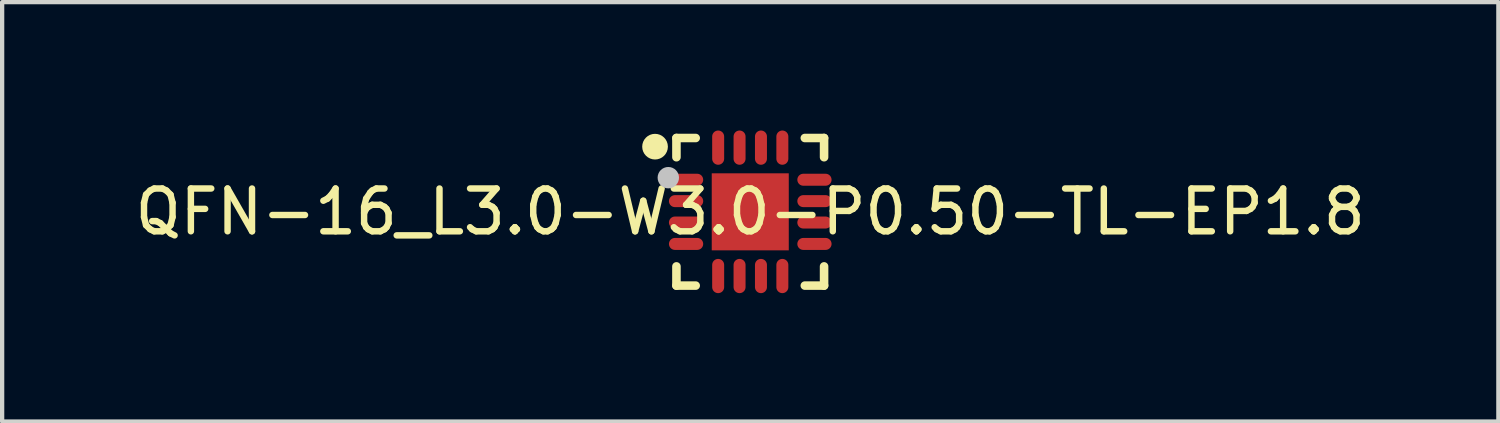
<source format=kicad_pcb>
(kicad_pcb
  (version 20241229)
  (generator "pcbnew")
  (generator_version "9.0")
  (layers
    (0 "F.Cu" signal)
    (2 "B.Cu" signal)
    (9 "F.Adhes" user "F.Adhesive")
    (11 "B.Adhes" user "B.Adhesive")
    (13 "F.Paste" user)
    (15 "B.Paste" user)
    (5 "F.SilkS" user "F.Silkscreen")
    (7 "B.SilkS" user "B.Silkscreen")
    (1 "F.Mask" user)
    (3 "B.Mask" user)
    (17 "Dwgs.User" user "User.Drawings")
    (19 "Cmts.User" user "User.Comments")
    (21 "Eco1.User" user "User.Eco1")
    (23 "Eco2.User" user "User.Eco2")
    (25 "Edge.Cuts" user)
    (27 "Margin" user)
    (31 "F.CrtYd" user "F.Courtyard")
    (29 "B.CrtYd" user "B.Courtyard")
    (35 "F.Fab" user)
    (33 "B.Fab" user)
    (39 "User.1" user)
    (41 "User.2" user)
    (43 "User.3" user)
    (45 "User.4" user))
  (footprint "QFN-16_L3.0-W3.0-P0.50-TL-EP1.8"
    (layer "F.Cu")
    (at 14.482 1.9)
    (property "Reference" "QFN-16_L3.0-W3.0-P0.50-TL-EP1.8" (at 0 0 0) (layer "F.SilkS") (effects (font (size 1 1) (thickness 0.15))))
    (fp_line (start -1.725 -1.725) (end -1.275 -1.725) (stroke (width 0.2) (type default)) (layer "F.SilkS"))
    (fp_line (start -1.725 -1.276) (end -1.725 -1.725) (stroke (width 0.2) (type default)) (layer "F.SilkS"))
    (fp_line (start -1.725 1.724) (end -1.725 1.275) (stroke (width 0.2) (type default)) (layer "F.SilkS"))
    (fp_line (start -1.275 1.724) (end -1.725 1.724) (stroke (width 0.2) (type default)) (layer "F.SilkS"))
    (fp_line (start 1.275 -1.725) (end 1.725 -1.725) (stroke (width 0.2) (type default)) (layer "F.SilkS"))
    (fp_line (start 1.275 1.724) (end 1.725 1.724) (stroke (width 0.2) (type default)) (layer "F.SilkS"))
    (fp_line (start 1.725 -1.725) (end 1.725 -1.276) (stroke (width 0.2) (type default)) (layer "F.SilkS"))
    (fp_line (start 1.725 1.724) (end 1.725 1.275) (stroke (width 0.2) (type default)) (layer "F.SilkS"))
    (fp_arc (start -2.075 -1.5215) (mid -2.375007 -1.52325) (end -2.075 -1.524) (stroke (width 0.3) (type default)) (layer "F.SilkS"))
    (fp_poly (pts (xy -0.6 -0.6) (xy -0.6 0.6) (xy 0.6 0.6) (xy 0.6 -0.6)) (stroke (width 0) (type default)) (fill yes) (layer "F.Paste"))
    (fp_poly (pts (xy -1.768 -0.89) (xy -1.776 -0.889) (xy -1.783 -0.888) (xy -1.79 -0.887) (xy -1.798 -0.885) (xy -1.806 -0.882) (xy -1.812 -0.88) (xy -1.819 -0.877) (xy -1.827 -0.874) (xy -1.833 -0.87) (xy -1.84 -0.866) (xy -1.846 -0.861) (xy -1.852 -0.856) (xy -1.857 -0.851) (xy -1.863 -0.845) (xy -1.868 -0.839) (xy -1.873 -0.833) (xy -1.877 -0.827) (xy -1.881 -0.82) (xy -1.885 -0.814) (xy -1.888 -0.806) (xy -1.891 -0.799) (xy -1.893 -0.792) (xy -1.895 -0.784) (xy -1.897 -0.777) (xy -1.899 -0.769) (xy -1.899 -0.761) (xy -1.9 -0.754) (xy -1.9 -0.747) (xy -1.899 -0.739) (xy -1.899 -0.731) (xy -1.897 -0.724) (xy -1.895 -0.716) (xy -1.893 -0.709) (xy -1.891 -0.701) (xy -1.888 -0.694) (xy -1.885 -0.687) (xy -1.881 -0.68) (xy -1.877 -0.673) (xy -1.873 -0.667) (xy -1.868 -0.661) (xy -1.863 -0.655) (xy -1.857 -0.65) (xy -1.852 -0.644) (xy -1.846 -0.639) (xy -1.84 -0.635) (xy -1.833 -0.631) (xy -1.827 -0.627) (xy -1.819 -0.624) (xy -1.812 -0.621) (xy -1.806 -0.618) (xy -1.798 -0.616) (xy -1.79 -0.614) (xy -1.783 -0.612) (xy -1.776 -0.611) (xy -1.768 -0.611) (xy -1.76 -0.61) (xy -1.24 -0.61) (xy -1.232 -0.611) (xy -1.224 -0.611) (xy -1.217 -0.612) (xy -1.21 -0.614) (xy -1.202 -0.616) (xy -1.194 -0.618) (xy -1.188 -0.621) (xy -1.181 -0.624) (xy -1.173 -0.627) (xy -1.167 -0.631) (xy -1.16 -0.635) (xy -1.154 -0.639) (xy -1.148 -0.644) (xy -1.143 -0.65) (xy -1.137 -0.655) (xy -1.132 -0.661) (xy -1.127 -0.667) (xy -1.123 -0.673) (xy -1.119 -0.68) (xy -1.115 -0.687) (xy -1.112 -0.694) (xy -1.109 -0.701) (xy -1.107 -0.709) (xy -1.105 -0.716) (xy -1.103 -0.724) (xy -1.101 -0.731) (xy -1.101 -0.739) (xy -1.1 -0.747) (xy -1.1 -0.754) (xy -1.101 -0.761) (xy -1.101 -0.769) (xy -1.103 -0.777) (xy -1.105 -0.784) (xy -1.107 -0.792) (xy -1.109 -0.799) (xy -1.112 -0.806) (xy -1.115 -0.814) (xy -1.119 -0.82) (xy -1.123 -0.827) (xy -1.127 -0.833) (xy -1.132 -0.839) (xy -1.137 -0.845) (xy -1.143 -0.851) (xy -1.148 -0.856) (xy -1.154 -0.861) (xy -1.16 -0.866) (xy -1.167 -0.87) (xy -1.173 -0.874) (xy -1.181 -0.877) (xy -1.188 -0.88) (xy -1.194 -0.882) (xy -1.202 -0.885) (xy -1.21 -0.887) (xy -1.217 -0.888) (xy -1.224 -0.889) (xy -1.232 -0.89) (xy -1.24 -0.89) (xy -1.76 -0.89)) (stroke (width 0) (type default)) (fill yes) (layer "F.Paste"))
    (fp_poly (pts (xy -1.768 -0.39) (xy -1.776 -0.389) (xy -1.783 -0.388) (xy -1.79 -0.387) (xy -1.798 -0.385) (xy -1.806 -0.383) (xy -1.812 -0.38) (xy -1.819 -0.377) (xy -1.827 -0.373) (xy -1.833 -0.369) (xy -1.84 -0.365) (xy -1.846 -0.36) (xy -1.852 -0.355) (xy -1.857 -0.35) (xy -1.863 -0.345) (xy -1.868 -0.339) (xy -1.873 -0.333) (xy -1.877 -0.327) (xy -1.881 -0.32) (xy -1.885 -0.314) (xy -1.888 -0.306) (xy -1.891 -0.299) (xy -1.893 -0.292) (xy -1.895 -0.284) (xy -1.897 -0.277) (xy -1.899 -0.27) (xy -1.899 -0.262) (xy -1.9 -0.254) (xy -1.9 -0.246) (xy -1.899 -0.238) (xy -1.899 -0.231) (xy -1.897 -0.223) (xy -1.895 -0.215) (xy -1.893 -0.208) (xy -1.891 -0.201) (xy -1.888 -0.194) (xy -1.885 -0.187) (xy -1.881 -0.18) (xy -1.877 -0.173) (xy -1.873 -0.167) (xy -1.868 -0.161) (xy -1.863 -0.155) (xy -1.857 -0.149) (xy -1.852 -0.144) (xy -1.846 -0.14) (xy -1.84 -0.135) (xy -1.833 -0.131) (xy -1.827 -0.127) (xy -1.819 -0.123) (xy -1.812 -0.12) (xy -1.806 -0.117) (xy -1.798 -0.116) (xy -1.79 -0.114) (xy -1.783 -0.112) (xy -1.776 -0.111) (xy -1.768 -0.111) (xy -1.76 -0.11) (xy -1.24 -0.11) (xy -1.232 -0.111) (xy -1.224 -0.111) (xy -1.217 -0.112) (xy -1.21 -0.114) (xy -1.202 -0.116) (xy -1.194 -0.117) (xy -1.188 -0.12) (xy -1.181 -0.123) (xy -1.173 -0.127) (xy -1.167 -0.131) (xy -1.16 -0.135) (xy -1.154 -0.14) (xy -1.148 -0.144) (xy -1.143 -0.149) (xy -1.137 -0.155) (xy -1.132 -0.161) (xy -1.127 -0.167) (xy -1.123 -0.173) (xy -1.119 -0.18) (xy -1.115 -0.187) (xy -1.112 -0.194) (xy -1.109 -0.201) (xy -1.107 -0.208) (xy -1.105 -0.215) (xy -1.103 -0.223) (xy -1.101 -0.231) (xy -1.101 -0.238) (xy -1.1 -0.246) (xy -1.1 -0.254) (xy -1.101 -0.262) (xy -1.101 -0.27) (xy -1.103 -0.277) (xy -1.105 -0.284) (xy -1.107 -0.292) (xy -1.109 -0.299) (xy -1.112 -0.306) (xy -1.115 -0.314) (xy -1.119 -0.32) (xy -1.123 -0.327) (xy -1.127 -0.333) (xy -1.132 -0.339) (xy -1.137 -0.345) (xy -1.143 -0.35) (xy -1.148 -0.355) (xy -1.154 -0.36) (xy -1.16 -0.365) (xy -1.167 -0.369) (xy -1.173 -0.373) (xy -1.181 -0.377) (xy -1.188 -0.38) (xy -1.194 -0.383) (xy -1.202 -0.385) (xy -1.21 -0.387) (xy -1.217 -0.388) (xy -1.224 -0.389) (xy -1.232 -0.39) (xy -1.24 -0.39) (xy -1.76 -0.39)) (stroke (width 0) (type default)) (fill yes) (layer "F.Paste"))
    (fp_poly (pts (xy -1.768 0.11) (xy -1.776 0.111) (xy -1.783 0.112) (xy -1.79 0.113) (xy -1.798 0.115) (xy -1.806 0.117) (xy -1.812 0.12) (xy -1.819 0.123) (xy -1.827 0.127) (xy -1.833 0.131) (xy -1.84 0.135) (xy -1.846 0.14) (xy -1.852 0.144) (xy -1.857 0.149) (xy -1.863 0.155) (xy -1.868 0.161) (xy -1.873 0.167) (xy -1.877 0.173) (xy -1.881 0.18) (xy -1.885 0.186) (xy -1.888 0.194) (xy -1.891 0.201) (xy -1.893 0.208) (xy -1.895 0.215) (xy -1.897 0.223) (xy -1.899 0.231) (xy -1.899 0.238) (xy -1.9 0.246) (xy -1.9 0.254) (xy -1.899 0.262) (xy -1.899 0.269) (xy -1.897 0.277) (xy -1.895 0.284) (xy -1.893 0.291) (xy -1.891 0.299) (xy -1.888 0.306) (xy -1.885 0.313) (xy -1.881 0.32) (xy -1.877 0.327) (xy -1.873 0.333) (xy -1.868 0.339) (xy -1.863 0.344) (xy -1.857 0.35) (xy -1.852 0.355) (xy -1.846 0.36) (xy -1.84 0.365) (xy -1.833 0.369) (xy -1.827 0.373) (xy -1.819 0.377) (xy -1.812 0.38) (xy -1.806 0.382) (xy -1.798 0.385) (xy -1.79 0.387) (xy -1.783 0.388) (xy -1.776 0.389) (xy -1.768 0.39) (xy -1.76 0.39) (xy -1.24 0.39) (xy -1.232 0.39) (xy -1.224 0.389) (xy -1.217 0.388) (xy -1.21 0.387) (xy -1.202 0.385) (xy -1.194 0.382) (xy -1.188 0.38) (xy -1.181 0.377) (xy -1.173 0.373) (xy -1.167 0.369) (xy -1.16 0.365) (xy -1.154 0.36) (xy -1.148 0.355) (xy -1.143 0.35) (xy -1.137 0.344) (xy -1.132 0.339) (xy -1.127 0.333) (xy -1.123 0.327) (xy -1.119 0.32) (xy -1.115 0.313) (xy -1.112 0.306) (xy -1.109 0.299) (xy -1.107 0.291) (xy -1.105 0.284) (xy -1.103 0.277) (xy -1.101 0.269) (xy -1.101 0.262) (xy -1.1 0.254) (xy -1.1 0.246) (xy -1.101 0.238) (xy -1.101 0.231) (xy -1.103 0.223) (xy -1.105 0.215) (xy -1.107 0.208) (xy -1.109 0.201) (xy -1.112 0.194) (xy -1.115 0.186) (xy -1.119 0.18) (xy -1.123 0.173) (xy -1.127 0.167) (xy -1.132 0.161) (xy -1.137 0.155) (xy -1.143 0.149) (xy -1.148 0.144) (xy -1.154 0.14) (xy -1.16 0.135) (xy -1.167 0.131) (xy -1.173 0.127) (xy -1.181 0.123) (xy -1.188 0.12) (xy -1.194 0.117) (xy -1.202 0.115) (xy -1.21 0.113) (xy -1.217 0.112) (xy -1.224 0.111) (xy -1.232 0.11) (xy -1.24 0.11) (xy -1.76 0.11)) (stroke (width 0) (type default)) (fill yes) (layer "F.Paste"))
    (fp_poly (pts (xy -1.768 0.61) (xy -1.776 0.611) (xy -1.783 0.612) (xy -1.79 0.614) (xy -1.798 0.615) (xy -1.806 0.618) (xy -1.812 0.62) (xy -1.819 0.624) (xy -1.827 0.627) (xy -1.833 0.63) (xy -1.84 0.635) (xy -1.846 0.639) (xy -1.852 0.644) (xy -1.857 0.649) (xy -1.863 0.655) (xy -1.868 0.661) (xy -1.873 0.667) (xy -1.877 0.673) (xy -1.881 0.68) (xy -1.885 0.686) (xy -1.888 0.694) (xy -1.891 0.701) (xy -1.893 0.708) (xy -1.895 0.716) (xy -1.897 0.723) (xy -1.899 0.731) (xy -1.899 0.739) (xy -1.9 0.746) (xy -1.9 0.754) (xy -1.899 0.761) (xy -1.899 0.769) (xy -1.897 0.777) (xy -1.895 0.784) (xy -1.893 0.791) (xy -1.891 0.799) (xy -1.888 0.806) (xy -1.885 0.813) (xy -1.881 0.82) (xy -1.877 0.827) (xy -1.873 0.833) (xy -1.868 0.839) (xy -1.863 0.845) (xy -1.857 0.851) (xy -1.852 0.856) (xy -1.846 0.861) (xy -1.84 0.865) (xy -1.833 0.869) (xy -1.827 0.873) (xy -1.819 0.876) (xy -1.812 0.879) (xy -1.806 0.882) (xy -1.798 0.884) (xy -1.79 0.886) (xy -1.783 0.888) (xy -1.776 0.889) (xy -1.768 0.889) (xy -1.76 0.89) (xy -1.24 0.89) (xy -1.232 0.889) (xy -1.224 0.889) (xy -1.217 0.888) (xy -1.21 0.886) (xy -1.202 0.884) (xy -1.194 0.882) (xy -1.188 0.879) (xy -1.181 0.876) (xy -1.173 0.873) (xy -1.167 0.869) (xy -1.16 0.865) (xy -1.154 0.861) (xy -1.148 0.856) (xy -1.143 0.851) (xy -1.137 0.845) (xy -1.132 0.839) (xy -1.127 0.833) (xy -1.123 0.827) (xy -1.119 0.82) (xy -1.115 0.813) (xy -1.112 0.806) (xy -1.109 0.799) (xy -1.107 0.791) (xy -1.105 0.784) (xy -1.103 0.777) (xy -1.101 0.769) (xy -1.101 0.761) (xy -1.1 0.754) (xy -1.1 0.746) (xy -1.101 0.739) (xy -1.101 0.731) (xy -1.103 0.723) (xy -1.105 0.716) (xy -1.107 0.708) (xy -1.109 0.701) (xy -1.112 0.694) (xy -1.115 0.686) (xy -1.119 0.68) (xy -1.123 0.673) (xy -1.127 0.667) (xy -1.132 0.661) (xy -1.137 0.655) (xy -1.143 0.649) (xy -1.148 0.644) (xy -1.154 0.639) (xy -1.16 0.635) (xy -1.167 0.63) (xy -1.173 0.627) (xy -1.181 0.624) (xy -1.188 0.62) (xy -1.194 0.618) (xy -1.202 0.615) (xy -1.21 0.614) (xy -1.217 0.612) (xy -1.224 0.611) (xy -1.232 0.61) (xy -1.24 0.61) (xy -1.76 0.61)) (stroke (width 0) (type default)) (fill yes) (layer "F.Paste"))
    (fp_poly (pts (xy -0.754 1.1) (xy -0.761 1.101) (xy -0.769 1.101) (xy -0.777 1.103) (xy -0.784 1.105) (xy -0.791 1.107) (xy -0.799 1.109) (xy -0.806 1.112) (xy -0.813 1.115) (xy -0.82 1.119) (xy -0.827 1.123) (xy -0.833 1.127) (xy -0.839 1.132) (xy -0.845 1.137) (xy -0.851 1.143) (xy -0.856 1.148) (xy -0.861 1.154) (xy -0.865 1.16) (xy -0.869 1.167) (xy -0.873 1.173) (xy -0.876 1.181) (xy -0.879 1.188) (xy -0.882 1.194) (xy -0.884 1.202) (xy -0.886 1.21) (xy -0.888 1.217) (xy -0.889 1.224) (xy -0.889 1.232) (xy -0.89 1.24) (xy -0.89 1.76) (xy -0.889 1.768) (xy -0.889 1.776) (xy -0.888 1.783) (xy -0.886 1.79) (xy -0.884 1.798) (xy -0.882 1.806) (xy -0.879 1.812) (xy -0.876 1.819) (xy -0.873 1.827) (xy -0.869 1.833) (xy -0.865 1.84) (xy -0.861 1.846) (xy -0.856 1.852) (xy -0.851 1.857) (xy -0.845 1.863) (xy -0.839 1.868) (xy -0.833 1.873) (xy -0.827 1.877) (xy -0.82 1.881) (xy -0.813 1.885) (xy -0.806 1.888) (xy -0.799 1.891) (xy -0.791 1.893) (xy -0.784 1.895) (xy -0.777 1.897) (xy -0.769 1.899) (xy -0.761 1.899) (xy -0.754 1.9) (xy -0.746 1.9) (xy -0.739 1.899) (xy -0.731 1.899) (xy -0.723 1.897) (xy -0.716 1.895) (xy -0.708 1.893) (xy -0.701 1.891) (xy -0.694 1.888) (xy -0.686 1.885) (xy -0.68 1.881) (xy -0.673 1.877) (xy -0.667 1.873) (xy -0.661 1.868) (xy -0.655 1.863) (xy -0.649 1.857) (xy -0.644 1.852) (xy -0.639 1.846) (xy -0.635 1.84) (xy -0.63 1.833) (xy -0.627 1.827) (xy -0.624 1.819) (xy -0.62 1.812) (xy -0.618 1.806) (xy -0.615 1.798) (xy -0.614 1.79) (xy -0.612 1.783) (xy -0.611 1.776) (xy -0.61 1.768) (xy -0.61 1.76) (xy -0.61 1.24) (xy -0.61 1.232) (xy -0.611 1.224) (xy -0.612 1.217) (xy -0.614 1.21) (xy -0.615 1.202) (xy -0.618 1.194) (xy -0.62 1.188) (xy -0.624 1.181) (xy -0.627 1.173) (xy -0.63 1.167) (xy -0.635 1.16) (xy -0.639 1.154) (xy -0.644 1.148) (xy -0.649 1.143) (xy -0.655 1.137) (xy -0.661 1.132) (xy -0.667 1.127) (xy -0.673 1.123) (xy -0.68 1.119) (xy -0.686 1.115) (xy -0.694 1.112) (xy -0.701 1.109) (xy -0.708 1.107) (xy -0.716 1.105) (xy -0.723 1.103) (xy -0.731 1.101) (xy -0.739 1.101) (xy -0.746 1.1)) (stroke (width 0) (type default)) (fill yes) (layer "F.Paste"))
    (fp_poly (pts (xy -0.739 -1.899) (xy -0.746 -1.9) (xy -0.754 -1.9) (xy -0.761 -1.899) (xy -0.769 -1.899) (xy -0.777 -1.897) (xy -0.784 -1.895) (xy -0.791 -1.893) (xy -0.799 -1.891) (xy -0.806 -1.888) (xy -0.813 -1.885) (xy -0.82 -1.881) (xy -0.827 -1.877) (xy -0.833 -1.873) (xy -0.839 -1.868) (xy -0.845 -1.863) (xy -0.851 -1.857) (xy -0.856 -1.852) (xy -0.861 -1.846) (xy -0.865 -1.84) (xy -0.869 -1.833) (xy -0.873 -1.827) (xy -0.876 -1.819) (xy -0.879 -1.812) (xy -0.882 -1.806) (xy -0.884 -1.798) (xy -0.886 -1.79) (xy -0.888 -1.783) (xy -0.889 -1.776) (xy -0.889 -1.768) (xy -0.89 -1.76) (xy -0.89 -1.24) (xy -0.889 -1.232) (xy -0.889 -1.224) (xy -0.888 -1.217) (xy -0.886 -1.21) (xy -0.884 -1.202) (xy -0.882 -1.194) (xy -0.879 -1.188) (xy -0.876 -1.181) (xy -0.873 -1.173) (xy -0.869 -1.167) (xy -0.865 -1.16) (xy -0.861 -1.154) (xy -0.856 -1.148) (xy -0.851 -1.143) (xy -0.845 -1.137) (xy -0.839 -1.132) (xy -0.833 -1.127) (xy -0.827 -1.123) (xy -0.82 -1.119) (xy -0.813 -1.115) (xy -0.806 -1.112) (xy -0.799 -1.109) (xy -0.791 -1.107) (xy -0.784 -1.105) (xy -0.777 -1.103) (xy -0.769 -1.101) (xy -0.761 -1.101) (xy -0.754 -1.1) (xy -0.746 -1.1) (xy -0.739 -1.101) (xy -0.731 -1.101) (xy -0.723 -1.103) (xy -0.716 -1.105) (xy -0.708 -1.107) (xy -0.701 -1.109) (xy -0.694 -1.112) (xy -0.686 -1.115) (xy -0.68 -1.119) (xy -0.673 -1.123) (xy -0.667 -1.127) (xy -0.661 -1.132) (xy -0.655 -1.137) (xy -0.649 -1.143) (xy -0.644 -1.148) (xy -0.639 -1.154) (xy -0.635 -1.16) (xy -0.63 -1.167) (xy -0.627 -1.173) (xy -0.624 -1.181) (xy -0.62 -1.188) (xy -0.618 -1.194) (xy -0.615 -1.202) (xy -0.614 -1.21) (xy -0.612 -1.217) (xy -0.611 -1.224) (xy -0.61 -1.232) (xy -0.61 -1.24) (xy -0.61 -1.76) (xy -0.61 -1.768) (xy -0.611 -1.776) (xy -0.612 -1.783) (xy -0.614 -1.79) (xy -0.615 -1.798) (xy -0.618 -1.806) (xy -0.62 -1.812) (xy -0.624 -1.819) (xy -0.627 -1.827) (xy -0.63 -1.833) (xy -0.635 -1.84) (xy -0.639 -1.846) (xy -0.644 -1.852) (xy -0.649 -1.857) (xy -0.655 -1.863) (xy -0.661 -1.868) (xy -0.667 -1.873) (xy -0.673 -1.877) (xy -0.68 -1.881) (xy -0.686 -1.885) (xy -0.694 -1.888) (xy -0.701 -1.891) (xy -0.708 -1.893) (xy -0.716 -1.895) (xy -0.723 -1.897) (xy -0.731 -1.899)) (stroke (width 0) (type default)) (fill yes) (layer "F.Paste"))
    (fp_poly (pts (xy -0.254 1.1) (xy -0.262 1.101) (xy -0.269 1.101) (xy -0.277 1.103) (xy -0.284 1.105) (xy -0.291 1.107) (xy -0.299 1.109) (xy -0.306 1.112) (xy -0.313 1.115) (xy -0.32 1.119) (xy -0.327 1.123) (xy -0.333 1.127) (xy -0.339 1.132) (xy -0.344 1.137) (xy -0.35 1.143) (xy -0.355 1.148) (xy -0.36 1.154) (xy -0.365 1.16) (xy -0.369 1.167) (xy -0.373 1.173) (xy -0.377 1.181) (xy -0.38 1.188) (xy -0.382 1.194) (xy -0.385 1.202) (xy -0.387 1.21) (xy -0.388 1.217) (xy -0.389 1.224) (xy -0.39 1.232) (xy -0.39 1.24) (xy -0.39 1.76) (xy -0.39 1.768) (xy -0.389 1.776) (xy -0.388 1.783) (xy -0.387 1.79) (xy -0.385 1.798) (xy -0.382 1.806) (xy -0.38 1.812) (xy -0.377 1.819) (xy -0.373 1.827) (xy -0.369 1.833) (xy -0.365 1.84) (xy -0.36 1.846) (xy -0.355 1.852) (xy -0.35 1.857) (xy -0.344 1.863) (xy -0.339 1.868) (xy -0.333 1.873) (xy -0.327 1.877) (xy -0.32 1.881) (xy -0.313 1.885) (xy -0.306 1.888) (xy -0.299 1.891) (xy -0.291 1.893) (xy -0.284 1.895) (xy -0.277 1.897) (xy -0.269 1.899) (xy -0.262 1.899) (xy -0.254 1.9) (xy -0.246 1.9) (xy -0.238 1.899) (xy -0.231 1.899) (xy -0.223 1.897) (xy -0.215 1.895) (xy -0.208 1.893) (xy -0.201 1.891) (xy -0.194 1.888) (xy -0.186 1.885) (xy -0.18 1.881) (xy -0.173 1.877) (xy -0.167 1.873) (xy -0.161 1.868) (xy -0.155 1.863) (xy -0.149 1.857) (xy -0.144 1.852) (xy -0.14 1.846) (xy -0.135 1.84) (xy -0.131 1.833) (xy -0.127 1.827) (xy -0.123 1.819) (xy -0.12 1.812) (xy -0.117 1.806) (xy -0.115 1.798) (xy -0.113 1.79) (xy -0.112 1.783) (xy -0.111 1.776) (xy -0.11 1.768) (xy -0.11 1.76) (xy -0.11 1.24) (xy -0.11 1.232) (xy -0.111 1.224) (xy -0.112 1.217) (xy -0.113 1.21) (xy -0.115 1.202) (xy -0.117 1.194) (xy -0.12 1.188) (xy -0.123 1.181) (xy -0.127 1.173) (xy -0.131 1.167) (xy -0.135 1.16) (xy -0.14 1.154) (xy -0.144 1.148) (xy -0.149 1.143) (xy -0.155 1.137) (xy -0.161 1.132) (xy -0.167 1.127) (xy -0.173 1.123) (xy -0.18 1.119) (xy -0.186 1.115) (xy -0.194 1.112) (xy -0.201 1.109) (xy -0.208 1.107) (xy -0.215 1.105) (xy -0.223 1.103) (xy -0.231 1.101) (xy -0.238 1.101) (xy -0.246 1.1)) (stroke (width 0) (type default)) (fill yes) (layer "F.Paste"))
    (fp_poly (pts (xy -0.238 -1.899) (xy -0.246 -1.9) (xy -0.254 -1.9) (xy -0.262 -1.899) (xy -0.269 -1.899) (xy -0.277 -1.897) (xy -0.284 -1.895) (xy -0.291 -1.893) (xy -0.299 -1.891) (xy -0.306 -1.888) (xy -0.313 -1.885) (xy -0.32 -1.881) (xy -0.327 -1.877) (xy -0.333 -1.873) (xy -0.339 -1.868) (xy -0.344 -1.863) (xy -0.35 -1.857) (xy -0.355 -1.852) (xy -0.36 -1.846) (xy -0.365 -1.84) (xy -0.369 -1.833) (xy -0.373 -1.827) (xy -0.377 -1.819) (xy -0.38 -1.812) (xy -0.382 -1.806) (xy -0.385 -1.798) (xy -0.387 -1.79) (xy -0.388 -1.783) (xy -0.389 -1.776) (xy -0.39 -1.768) (xy -0.39 -1.76) (xy -0.39 -1.24) (xy -0.39 -1.232) (xy -0.389 -1.224) (xy -0.388 -1.217) (xy -0.387 -1.21) (xy -0.385 -1.202) (xy -0.382 -1.194) (xy -0.38 -1.188) (xy -0.377 -1.181) (xy -0.373 -1.173) (xy -0.369 -1.167) (xy -0.365 -1.16) (xy -0.36 -1.154) (xy -0.355 -1.148) (xy -0.35 -1.143) (xy -0.344 -1.137) (xy -0.339 -1.132) (xy -0.333 -1.127) (xy -0.327 -1.123) (xy -0.32 -1.119) (xy -0.313 -1.115) (xy -0.306 -1.112) (xy -0.299 -1.109) (xy -0.291 -1.107) (xy -0.284 -1.105) (xy -0.277 -1.103) (xy -0.269 -1.101) (xy -0.262 -1.101) (xy -0.254 -1.1) (xy -0.246 -1.1) (xy -0.238 -1.101) (xy -0.231 -1.101) (xy -0.223 -1.103) (xy -0.215 -1.105) (xy -0.208 -1.107) (xy -0.201 -1.109) (xy -0.194 -1.112) (xy -0.186 -1.115) (xy -0.18 -1.119) (xy -0.173 -1.123) (xy -0.167 -1.127) (xy -0.161 -1.132) (xy -0.155 -1.137) (xy -0.149 -1.143) (xy -0.144 -1.148) (xy -0.14 -1.154) (xy -0.135 -1.16) (xy -0.131 -1.167) (xy -0.127 -1.173) (xy -0.123 -1.181) (xy -0.12 -1.188) (xy -0.117 -1.194) (xy -0.115 -1.202) (xy -0.113 -1.21) (xy -0.112 -1.217) (xy -0.111 -1.224) (xy -0.11 -1.232) (xy -0.11 -1.24) (xy -0.11 -1.76) (xy -0.11 -1.768) (xy -0.111 -1.776) (xy -0.112 -1.783) (xy -0.113 -1.79) (xy -0.115 -1.798) (xy -0.117 -1.806) (xy -0.12 -1.812) (xy -0.123 -1.819) (xy -0.127 -1.827) (xy -0.131 -1.833) (xy -0.135 -1.84) (xy -0.14 -1.846) (xy -0.144 -1.852) (xy -0.149 -1.857) (xy -0.155 -1.863) (xy -0.161 -1.868) (xy -0.167 -1.873) (xy -0.173 -1.877) (xy -0.18 -1.881) (xy -0.186 -1.885) (xy -0.194 -1.888) (xy -0.201 -1.891) (xy -0.208 -1.893) (xy -0.215 -1.895) (xy -0.223 -1.897) (xy -0.231 -1.899)) (stroke (width 0) (type default)) (fill yes) (layer "F.Paste"))
    (fp_poly (pts (xy 0.246 1.1) (xy 0.238 1.101) (xy 0.231 1.101) (xy 0.223 1.103) (xy 0.215 1.105) (xy 0.208 1.107) (xy 0.201 1.109) (xy 0.194 1.112) (xy 0.187 1.115) (xy 0.18 1.119) (xy 0.173 1.123) (xy 0.167 1.127) (xy 0.161 1.132) (xy 0.155 1.137) (xy 0.149 1.143) (xy 0.144 1.148) (xy 0.14 1.154) (xy 0.135 1.16) (xy 0.131 1.167) (xy 0.127 1.173) (xy 0.123 1.181) (xy 0.12 1.188) (xy 0.117 1.194) (xy 0.116 1.202) (xy 0.114 1.21) (xy 0.112 1.217) (xy 0.111 1.224) (xy 0.111 1.232) (xy 0.11 1.24) (xy 0.11 1.76) (xy 0.111 1.768) (xy 0.111 1.776) (xy 0.112 1.783) (xy 0.114 1.79) (xy 0.116 1.798) (xy 0.117 1.806) (xy 0.12 1.812) (xy 0.123 1.819) (xy 0.127 1.827) (xy 0.131 1.833) (xy 0.135 1.84) (xy 0.14 1.846) (xy 0.144 1.852) (xy 0.149 1.857) (xy 0.155 1.863) (xy 0.161 1.868) (xy 0.167 1.873) (xy 0.173 1.877) (xy 0.18 1.881) (xy 0.187 1.885) (xy 0.194 1.888) (xy 0.201 1.891) (xy 0.208 1.893) (xy 0.215 1.895) (xy 0.223 1.897) (xy 0.231 1.899) (xy 0.238 1.899) (xy 0.246 1.9) (xy 0.254 1.9) (xy 0.262 1.899) (xy 0.27 1.899) (xy 0.277 1.897) (xy 0.284 1.895) (xy 0.292 1.893) (xy 0.299 1.891) (xy 0.306 1.888) (xy 0.314 1.885) (xy 0.32 1.881) (xy 0.327 1.877) (xy 0.333 1.873) (xy 0.339 1.868) (xy 0.345 1.863) (xy 0.35 1.857) (xy 0.355 1.852) (xy 0.36 1.846) (xy 0.365 1.84) (xy 0.369 1.833) (xy 0.373 1.827) (xy 0.377 1.819) (xy 0.38 1.812) (xy 0.383 1.806) (xy 0.385 1.798) (xy 0.387 1.79) (xy 0.388 1.783) (xy 0.389 1.776) (xy 0.39 1.768) (xy 0.39 1.76) (xy 0.39 1.24) (xy 0.39 1.232) (xy 0.389 1.224) (xy 0.388 1.217) (xy 0.387 1.21) (xy 0.385 1.202) (xy 0.383 1.194) (xy 0.38 1.188) (xy 0.377 1.181) (xy 0.373 1.173) (xy 0.369 1.167) (xy 0.365 1.16) (xy 0.36 1.154) (xy 0.355 1.148) (xy 0.35 1.143) (xy 0.345 1.137) (xy 0.339 1.132) (xy 0.333 1.127) (xy 0.327 1.123) (xy 0.32 1.119) (xy 0.314 1.115) (xy 0.306 1.112) (xy 0.299 1.109) (xy 0.292 1.107) (xy 0.284 1.105) (xy 0.277 1.103) (xy 0.27 1.101) (xy 0.262 1.101) (xy 0.254 1.1)) (stroke (width 0) (type default)) (fill yes) (layer "F.Paste"))
    (fp_poly (pts (xy 0.262 -1.899) (xy 0.254 -1.9) (xy 0.246 -1.9) (xy 0.238 -1.899) (xy 0.231 -1.899) (xy 0.223 -1.897) (xy 0.215 -1.895) (xy 0.208 -1.893) (xy 0.201 -1.891) (xy 0.194 -1.888) (xy 0.187 -1.885) (xy 0.18 -1.881) (xy 0.173 -1.877) (xy 0.167 -1.873) (xy 0.161 -1.868) (xy 0.155 -1.863) (xy 0.149 -1.857) (xy 0.144 -1.852) (xy 0.14 -1.846) (xy 0.135 -1.84) (xy 0.131 -1.833) (xy 0.127 -1.827) (xy 0.123 -1.819) (xy 0.12 -1.812) (xy 0.117 -1.806) (xy 0.116 -1.798) (xy 0.114 -1.79) (xy 0.112 -1.783) (xy 0.111 -1.776) (xy 0.111 -1.768) (xy 0.11 -1.76) (xy 0.11 -1.24) (xy 0.111 -1.232) (xy 0.111 -1.224) (xy 0.112 -1.217) (xy 0.114 -1.21) (xy 0.116 -1.202) (xy 0.117 -1.194) (xy 0.12 -1.188) (xy 0.123 -1.181) (xy 0.127 -1.173) (xy 0.131 -1.167) (xy 0.135 -1.16) (xy 0.14 -1.154) (xy 0.144 -1.148) (xy 0.149 -1.143) (xy 0.155 -1.137) (xy 0.161 -1.132) (xy 0.167 -1.127) (xy 0.173 -1.123) (xy 0.18 -1.119) (xy 0.187 -1.115) (xy 0.194 -1.112) (xy 0.201 -1.109) (xy 0.208 -1.107) (xy 0.215 -1.105) (xy 0.223 -1.103) (xy 0.231 -1.101) (xy 0.238 -1.101) (xy 0.246 -1.1) (xy 0.254 -1.1) (xy 0.262 -1.101) (xy 0.27 -1.101) (xy 0.277 -1.103) (xy 0.284 -1.105) (xy 0.292 -1.107) (xy 0.299 -1.109) (xy 0.306 -1.112) (xy 0.314 -1.115) (xy 0.32 -1.119) (xy 0.327 -1.123) (xy 0.333 -1.127) (xy 0.339 -1.132) (xy 0.345 -1.137) (xy 0.35 -1.143) (xy 0.355 -1.148) (xy 0.36 -1.154) (xy 0.365 -1.16) (xy 0.369 -1.167) (xy 0.373 -1.173) (xy 0.377 -1.181) (xy 0.38 -1.188) (xy 0.383 -1.194) (xy 0.385 -1.202) (xy 0.387 -1.21) (xy 0.388 -1.217) (xy 0.389 -1.224) (xy 0.39 -1.232) (xy 0.39 -1.24) (xy 0.39 -1.76) (xy 0.39 -1.768) (xy 0.389 -1.776) (xy 0.388 -1.783) (xy 0.387 -1.79) (xy 0.385 -1.798) (xy 0.383 -1.806) (xy 0.38 -1.812) (xy 0.377 -1.819) (xy 0.373 -1.827) (xy 0.369 -1.833) (xy 0.365 -1.84) (xy 0.36 -1.846) (xy 0.355 -1.852) (xy 0.35 -1.857) (xy 0.345 -1.863) (xy 0.339 -1.868) (xy 0.333 -1.873) (xy 0.327 -1.877) (xy 0.32 -1.881) (xy 0.314 -1.885) (xy 0.306 -1.888) (xy 0.299 -1.891) (xy 0.292 -1.893) (xy 0.284 -1.895) (xy 0.277 -1.897) (xy 0.27 -1.899)) (stroke (width 0) (type default)) (fill yes) (layer "F.Paste"))
    (fp_poly (pts (xy 0.747 1.1) (xy 0.739 1.101) (xy 0.731 1.101) (xy 0.724 1.103) (xy 0.716 1.105) (xy 0.709 1.107) (xy 0.701 1.109) (xy 0.694 1.112) (xy 0.687 1.115) (xy 0.68 1.119) (xy 0.673 1.123) (xy 0.667 1.127) (xy 0.661 1.132) (xy 0.655 1.137) (xy 0.65 1.143) (xy 0.644 1.148) (xy 0.639 1.154) (xy 0.635 1.16) (xy 0.631 1.167) (xy 0.627 1.173) (xy 0.624 1.181) (xy 0.621 1.188) (xy 0.618 1.194) (xy 0.616 1.202) (xy 0.614 1.21) (xy 0.612 1.217) (xy 0.611 1.224) (xy 0.611 1.232) (xy 0.61 1.24) (xy 0.61 1.76) (xy 0.611 1.768) (xy 0.611 1.776) (xy 0.612 1.783) (xy 0.614 1.79) (xy 0.616 1.798) (xy 0.618 1.806) (xy 0.621 1.812) (xy 0.624 1.819) (xy 0.627 1.827) (xy 0.631 1.833) (xy 0.635 1.84) (xy 0.639 1.846) (xy 0.644 1.852) (xy 0.65 1.857) (xy 0.655 1.863) (xy 0.661 1.868) (xy 0.667 1.873) (xy 0.673 1.877) (xy 0.68 1.881) (xy 0.687 1.885) (xy 0.694 1.888) (xy 0.701 1.891) (xy 0.709 1.893) (xy 0.716 1.895) (xy 0.724 1.897) (xy 0.731 1.899) (xy 0.739 1.899) (xy 0.747 1.9) (xy 0.754 1.9) (xy 0.761 1.899) (xy 0.769 1.899) (xy 0.777 1.897) (xy 0.784 1.895) (xy 0.792 1.893) (xy 0.799 1.891) (xy 0.806 1.888) (xy 0.814 1.885) (xy 0.82 1.881) (xy 0.827 1.877) (xy 0.833 1.873) (xy 0.839 1.868) (xy 0.845 1.863) (xy 0.851 1.857) (xy 0.856 1.852) (xy 0.861 1.846) (xy 0.866 1.84) (xy 0.87 1.833) (xy 0.874 1.827) (xy 0.877 1.819) (xy 0.88 1.812) (xy 0.882 1.806) (xy 0.885 1.798) (xy 0.887 1.79) (xy 0.888 1.783) (xy 0.889 1.776) (xy 0.89 1.768) (xy 0.89 1.76) (xy 0.89 1.24) (xy 0.89 1.232) (xy 0.889 1.224) (xy 0.888 1.217) (xy 0.887 1.21) (xy 0.885 1.202) (xy 0.882 1.194) (xy 0.88 1.188) (xy 0.877 1.181) (xy 0.874 1.173) (xy 0.87 1.167) (xy 0.866 1.16) (xy 0.861 1.154) (xy 0.856 1.148) (xy 0.851 1.143) (xy 0.845 1.137) (xy 0.839 1.132) (xy 0.833 1.127) (xy 0.827 1.123) (xy 0.82 1.119) (xy 0.814 1.115) (xy 0.806 1.112) (xy 0.799 1.109) (xy 0.792 1.107) (xy 0.784 1.105) (xy 0.777 1.103) (xy 0.769 1.101) (xy 0.761 1.101) (xy 0.754 1.1)) (stroke (width 0) (type default)) (fill yes) (layer "F.Paste"))
    (fp_poly (pts (xy 0.761 -1.899) (xy 0.754 -1.9) (xy 0.747 -1.9) (xy 0.739 -1.899) (xy 0.731 -1.899) (xy 0.724 -1.897) (xy 0.716 -1.895) (xy 0.709 -1.893) (xy 0.701 -1.891) (xy 0.694 -1.888) (xy 0.687 -1.885) (xy 0.68 -1.881) (xy 0.673 -1.877) (xy 0.667 -1.873) (xy 0.661 -1.868) (xy 0.655 -1.863) (xy 0.65 -1.857) (xy 0.644 -1.852) (xy 0.639 -1.846) (xy 0.635 -1.84) (xy 0.631 -1.833) (xy 0.627 -1.827) (xy 0.624 -1.819) (xy 0.621 -1.812) (xy 0.618 -1.806) (xy 0.616 -1.798) (xy 0.614 -1.79) (xy 0.612 -1.783) (xy 0.611 -1.776) (xy 0.611 -1.768) (xy 0.61 -1.76) (xy 0.61 -1.24) (xy 0.611 -1.232) (xy 0.611 -1.224) (xy 0.612 -1.217) (xy 0.614 -1.21) (xy 0.616 -1.202) (xy 0.618 -1.194) (xy 0.621 -1.188) (xy 0.624 -1.181) (xy 0.627 -1.173) (xy 0.631 -1.167) (xy 0.635 -1.16) (xy 0.639 -1.154) (xy 0.644 -1.148) (xy 0.65 -1.143) (xy 0.655 -1.137) (xy 0.661 -1.132) (xy 0.667 -1.127) (xy 0.673 -1.123) (xy 0.68 -1.119) (xy 0.687 -1.115) (xy 0.694 -1.112) (xy 0.701 -1.109) (xy 0.709 -1.107) (xy 0.716 -1.105) (xy 0.724 -1.103) (xy 0.731 -1.101) (xy 0.739 -1.101) (xy 0.747 -1.1) (xy 0.754 -1.1) (xy 0.761 -1.101) (xy 0.769 -1.101) (xy 0.777 -1.103) (xy 0.784 -1.105) (xy 0.792 -1.107) (xy 0.799 -1.109) (xy 0.806 -1.112) (xy 0.814 -1.115) (xy 0.82 -1.119) (xy 0.827 -1.123) (xy 0.833 -1.127) (xy 0.839 -1.132) (xy 0.845 -1.137) (xy 0.851 -1.143) (xy 0.856 -1.148) (xy 0.861 -1.154) (xy 0.866 -1.16) (xy 0.87 -1.167) (xy 0.874 -1.173) (xy 0.877 -1.181) (xy 0.88 -1.188) (xy 0.882 -1.194) (xy 0.885 -1.202) (xy 0.887 -1.21) (xy 0.888 -1.217) (xy 0.889 -1.224) (xy 0.89 -1.232) (xy 0.89 -1.24) (xy 0.89 -1.76) (xy 0.89 -1.768) (xy 0.889 -1.776) (xy 0.888 -1.783) (xy 0.887 -1.79) (xy 0.885 -1.798) (xy 0.882 -1.806) (xy 0.88 -1.812) (xy 0.877 -1.819) (xy 0.874 -1.827) (xy 0.87 -1.833) (xy 0.866 -1.84) (xy 0.861 -1.846) (xy 0.856 -1.852) (xy 0.851 -1.857) (xy 0.845 -1.863) (xy 0.839 -1.868) (xy 0.833 -1.873) (xy 0.827 -1.877) (xy 0.82 -1.881) (xy 0.814 -1.885) (xy 0.806 -1.888) (xy 0.799 -1.891) (xy 0.792 -1.893) (xy 0.784 -1.895) (xy 0.777 -1.897) (xy 0.769 -1.899)) (stroke (width 0) (type default)) (fill yes) (layer "F.Paste"))
    (fp_poly (pts (xy 1.232 -0.89) (xy 1.224 -0.889) (xy 1.217 -0.888) (xy 1.21 -0.887) (xy 1.202 -0.885) (xy 1.194 -0.882) (xy 1.188 -0.88) (xy 1.181 -0.877) (xy 1.173 -0.874) (xy 1.167 -0.87) (xy 1.16 -0.866) (xy 1.154 -0.861) (xy 1.148 -0.856) (xy 1.143 -0.851) (xy 1.137 -0.845) (xy 1.132 -0.839) (xy 1.127 -0.833) (xy 1.123 -0.827) (xy 1.119 -0.82) (xy 1.115 -0.814) (xy 1.112 -0.806) (xy 1.109 -0.799) (xy 1.107 -0.792) (xy 1.105 -0.784) (xy 1.103 -0.777) (xy 1.101 -0.769) (xy 1.101 -0.761) (xy 1.1 -0.754) (xy 1.1 -0.747) (xy 1.101 -0.739) (xy 1.101 -0.731) (xy 1.103 -0.724) (xy 1.105 -0.716) (xy 1.107 -0.709) (xy 1.109 -0.701) (xy 1.112 -0.694) (xy 1.115 -0.687) (xy 1.119 -0.68) (xy 1.123 -0.673) (xy 1.127 -0.667) (xy 1.132 -0.661) (xy 1.137 -0.655) (xy 1.143 -0.65) (xy 1.148 -0.644) (xy 1.154 -0.639) (xy 1.16 -0.635) (xy 1.167 -0.631) (xy 1.173 -0.627) (xy 1.181 -0.624) (xy 1.188 -0.621) (xy 1.194 -0.618) (xy 1.202 -0.616) (xy 1.21 -0.614) (xy 1.217 -0.612) (xy 1.224 -0.611) (xy 1.232 -0.611) (xy 1.24 -0.61) (xy 1.76 -0.61) (xy 1.768 -0.611) (xy 1.776 -0.611) (xy 1.783 -0.612) (xy 1.79 -0.614) (xy 1.798 -0.616) (xy 1.806 -0.618) (xy 1.812 -0.621) (xy 1.819 -0.624) (xy 1.827 -0.627) (xy 1.833 -0.631) (xy 1.84 -0.635) (xy 1.846 -0.639) (xy 1.852 -0.644) (xy 1.857 -0.65) (xy 1.863 -0.655) (xy 1.868 -0.661) (xy 1.873 -0.667) (xy 1.877 -0.673) (xy 1.881 -0.68) (xy 1.885 -0.687) (xy 1.888 -0.694) (xy 1.891 -0.701) (xy 1.893 -0.709) (xy 1.895 -0.716) (xy 1.897 -0.724) (xy 1.899 -0.731) (xy 1.899 -0.739) (xy 1.9 -0.747) (xy 1.9 -0.754) (xy 1.899 -0.761) (xy 1.899 -0.769) (xy 1.897 -0.777) (xy 1.895 -0.784) (xy 1.893 -0.792) (xy 1.891 -0.799) (xy 1.888 -0.806) (xy 1.885 -0.814) (xy 1.881 -0.82) (xy 1.877 -0.827) (xy 1.873 -0.833) (xy 1.868 -0.839) (xy 1.863 -0.845) (xy 1.857 -0.851) (xy 1.852 -0.856) (xy 1.846 -0.861) (xy 1.84 -0.866) (xy 1.833 -0.87) (xy 1.827 -0.874) (xy 1.819 -0.877) (xy 1.812 -0.88) (xy 1.806 -0.882) (xy 1.798 -0.885) (xy 1.79 -0.887) (xy 1.783 -0.888) (xy 1.776 -0.889) (xy 1.768 -0.89) (xy 1.76 -0.89) (xy 1.24 -0.89)) (stroke (width 0) (type default)) (fill yes) (layer "F.Paste"))
    (fp_poly (pts (xy 1.232 -0.39) (xy 1.224 -0.389) (xy 1.217 -0.388) (xy 1.21 -0.387) (xy 1.202 -0.385) (xy 1.194 -0.383) (xy 1.188 -0.38) (xy 1.181 -0.377) (xy 1.173 -0.373) (xy 1.167 -0.369) (xy 1.16 -0.365) (xy 1.154 -0.36) (xy 1.148 -0.355) (xy 1.143 -0.35) (xy 1.137 -0.345) (xy 1.132 -0.339) (xy 1.127 -0.333) (xy 1.123 -0.327) (xy 1.119 -0.32) (xy 1.115 -0.314) (xy 1.112 -0.306) (xy 1.109 -0.299) (xy 1.107 -0.292) (xy 1.105 -0.284) (xy 1.103 -0.277) (xy 1.101 -0.27) (xy 1.101 -0.262) (xy 1.1 -0.254) (xy 1.1 -0.246) (xy 1.101 -0.238) (xy 1.101 -0.231) (xy 1.103 -0.223) (xy 1.105 -0.215) (xy 1.107 -0.208) (xy 1.109 -0.201) (xy 1.112 -0.194) (xy 1.115 -0.187) (xy 1.119 -0.18) (xy 1.123 -0.173) (xy 1.127 -0.167) (xy 1.132 -0.161) (xy 1.137 -0.155) (xy 1.143 -0.149) (xy 1.148 -0.144) (xy 1.154 -0.14) (xy 1.16 -0.135) (xy 1.167 -0.131) (xy 1.173 -0.127) (xy 1.181 -0.123) (xy 1.188 -0.12) (xy 1.194 -0.117) (xy 1.202 -0.116) (xy 1.21 -0.114) (xy 1.217 -0.112) (xy 1.224 -0.111) (xy 1.232 -0.111) (xy 1.24 -0.11) (xy 1.76 -0.11) (xy 1.768 -0.111) (xy 1.776 -0.111) (xy 1.783 -0.112) (xy 1.79 -0.114) (xy 1.798 -0.116) (xy 1.806 -0.117) (xy 1.812 -0.12) (xy 1.819 -0.123) (xy 1.827 -0.127) (xy 1.833 -0.131) (xy 1.84 -0.135) (xy 1.846 -0.14) (xy 1.852 -0.144) (xy 1.857 -0.149) (xy 1.863 -0.155) (xy 1.868 -0.161) (xy 1.873 -0.167) (xy 1.877 -0.173) (xy 1.881 -0.18) (xy 1.885 -0.187) (xy 1.888 -0.194) (xy 1.891 -0.201) (xy 1.893 -0.208) (xy 1.895 -0.215) (xy 1.897 -0.223) (xy 1.899 -0.231) (xy 1.899 -0.238) (xy 1.9 -0.246) (xy 1.9 -0.254) (xy 1.899 -0.262) (xy 1.899 -0.27) (xy 1.897 -0.277) (xy 1.895 -0.284) (xy 1.893 -0.292) (xy 1.891 -0.299) (xy 1.888 -0.306) (xy 1.885 -0.314) (xy 1.881 -0.32) (xy 1.877 -0.327) (xy 1.873 -0.333) (xy 1.868 -0.339) (xy 1.863 -0.345) (xy 1.857 -0.35) (xy 1.852 -0.355) (xy 1.846 -0.36) (xy 1.84 -0.365) (xy 1.833 -0.369) (xy 1.827 -0.373) (xy 1.819 -0.377) (xy 1.812 -0.38) (xy 1.806 -0.383) (xy 1.798 -0.385) (xy 1.79 -0.387) (xy 1.783 -0.388) (xy 1.776 -0.389) (xy 1.768 -0.39) (xy 1.76 -0.39) (xy 1.24 -0.39)) (stroke (width 0) (type default)) (fill yes) (layer "F.Paste"))
    (fp_poly (pts (xy 1.232 0.11) (xy 1.224 0.111) (xy 1.217 0.112) (xy 1.21 0.113) (xy 1.202 0.115) (xy 1.194 0.117) (xy 1.188 0.12) (xy 1.181 0.123) (xy 1.173 0.127) (xy 1.167 0.131) (xy 1.16 0.135) (xy 1.154 0.14) (xy 1.148 0.144) (xy 1.143 0.149) (xy 1.137 0.155) (xy 1.132 0.161) (xy 1.127 0.167) (xy 1.123 0.173) (xy 1.119 0.18) (xy 1.115 0.186) (xy 1.112 0.194) (xy 1.109 0.201) (xy 1.107 0.208) (xy 1.105 0.215) (xy 1.103 0.223) (xy 1.101 0.231) (xy 1.101 0.238) (xy 1.1 0.246) (xy 1.1 0.254) (xy 1.101 0.262) (xy 1.101 0.269) (xy 1.103 0.277) (xy 1.105 0.284) (xy 1.107 0.291) (xy 1.109 0.299) (xy 1.112 0.306) (xy 1.115 0.313) (xy 1.119 0.32) (xy 1.123 0.327) (xy 1.127 0.333) (xy 1.132 0.339) (xy 1.137 0.344) (xy 1.143 0.35) (xy 1.148 0.355) (xy 1.154 0.36) (xy 1.16 0.365) (xy 1.167 0.369) (xy 1.173 0.373) (xy 1.181 0.377) (xy 1.188 0.38) (xy 1.194 0.382) (xy 1.202 0.385) (xy 1.21 0.387) (xy 1.217 0.388) (xy 1.224 0.389) (xy 1.232 0.39) (xy 1.24 0.39) (xy 1.76 0.39) (xy 1.768 0.39) (xy 1.776 0.389) (xy 1.783 0.388) (xy 1.79 0.387) (xy 1.798 0.385) (xy 1.806 0.382) (xy 1.812 0.38) (xy 1.819 0.377) (xy 1.827 0.373) (xy 1.833 0.369) (xy 1.84 0.365) (xy 1.846 0.36) (xy 1.852 0.355) (xy 1.857 0.35) (xy 1.863 0.344) (xy 1.868 0.339) (xy 1.873 0.333) (xy 1.877 0.327) (xy 1.881 0.32) (xy 1.885 0.313) (xy 1.888 0.306) (xy 1.891 0.299) (xy 1.893 0.291) (xy 1.895 0.284) (xy 1.897 0.277) (xy 1.899 0.269) (xy 1.899 0.262) (xy 1.9 0.254) (xy 1.9 0.246) (xy 1.899 0.238) (xy 1.899 0.231) (xy 1.897 0.223) (xy 1.895 0.215) (xy 1.893 0.208) (xy 1.891 0.201) (xy 1.888 0.194) (xy 1.885 0.186) (xy 1.881 0.18) (xy 1.877 0.173) (xy 1.873 0.167) (xy 1.868 0.161) (xy 1.863 0.155) (xy 1.857 0.149) (xy 1.852 0.144) (xy 1.846 0.14) (xy 1.84 0.135) (xy 1.833 0.131) (xy 1.827 0.127) (xy 1.819 0.123) (xy 1.812 0.12) (xy 1.806 0.117) (xy 1.798 0.115) (xy 1.79 0.113) (xy 1.783 0.112) (xy 1.776 0.111) (xy 1.768 0.11) (xy 1.76 0.11) (xy 1.24 0.11)) (stroke (width 0) (type default)) (fill yes) (layer "F.Paste"))
    (fp_poly (pts (xy 1.232 0.61) (xy 1.224 0.611) (xy 1.217 0.612) (xy 1.21 0.614) (xy 1.202 0.615) (xy 1.194 0.618) (xy 1.188 0.62) (xy 1.181 0.624) (xy 1.173 0.627) (xy 1.167 0.63) (xy 1.16 0.635) (xy 1.154 0.639) (xy 1.148 0.644) (xy 1.143 0.649) (xy 1.137 0.655) (xy 1.132 0.661) (xy 1.127 0.667) (xy 1.123 0.673) (xy 1.119 0.68) (xy 1.115 0.686) (xy 1.112 0.694) (xy 1.109 0.701) (xy 1.107 0.708) (xy 1.105 0.716) (xy 1.103 0.723) (xy 1.101 0.731) (xy 1.101 0.739) (xy 1.1 0.746) (xy 1.1 0.754) (xy 1.101 0.761) (xy 1.101 0.769) (xy 1.103 0.777) (xy 1.105 0.784) (xy 1.107 0.791) (xy 1.109 0.799) (xy 1.112 0.806) (xy 1.115 0.813) (xy 1.119 0.82) (xy 1.123 0.827) (xy 1.127 0.833) (xy 1.132 0.839) (xy 1.137 0.845) (xy 1.143 0.851) (xy 1.148 0.856) (xy 1.154 0.861) (xy 1.16 0.865) (xy 1.167 0.869) (xy 1.173 0.873) (xy 1.181 0.876) (xy 1.188 0.879) (xy 1.194 0.882) (xy 1.202 0.884) (xy 1.21 0.886) (xy 1.217 0.888) (xy 1.224 0.889) (xy 1.232 0.889) (xy 1.24 0.89) (xy 1.76 0.89) (xy 1.768 0.889) (xy 1.776 0.889) (xy 1.783 0.888) (xy 1.79 0.886) (xy 1.798 0.884) (xy 1.806 0.882) (xy 1.812 0.879) (xy 1.819 0.876) (xy 1.827 0.873) (xy 1.833 0.869) (xy 1.84 0.865) (xy 1.846 0.861) (xy 1.852 0.856) (xy 1.857 0.851) (xy 1.863 0.845) (xy 1.868 0.839) (xy 1.873 0.833) (xy 1.877 0.827) (xy 1.881 0.82) (xy 1.885 0.813) (xy 1.888 0.806) (xy 1.891 0.799) (xy 1.893 0.791) (xy 1.895 0.784) (xy 1.897 0.777) (xy 1.899 0.769) (xy 1.899 0.761) (xy 1.9 0.754) (xy 1.9 0.746) (xy 1.899 0.739) (xy 1.899 0.731) (xy 1.897 0.723) (xy 1.895 0.716) (xy 1.893 0.708) (xy 1.891 0.701) (xy 1.888 0.694) (xy 1.885 0.686) (xy 1.881 0.68) (xy 1.877 0.673) (xy 1.873 0.667) (xy 1.868 0.661) (xy 1.863 0.655) (xy 1.857 0.649) (xy 1.852 0.644) (xy 1.846 0.639) (xy 1.84 0.635) (xy 1.833 0.63) (xy 1.827 0.627) (xy 1.819 0.624) (xy 1.812 0.62) (xy 1.806 0.618) (xy 1.798 0.615) (xy 1.79 0.614) (xy 1.783 0.612) (xy 1.776 0.611) (xy 1.768 0.61) (xy 1.76 0.61) (xy 1.24 0.61)) (stroke (width 0) (type default)) (fill yes) (layer "F.Paste"))
    (fp_circle (center -1.915 -0.798) (end -1.79 -0.798) (stroke (width 0.25) (type default)) (fill no) (layer "Dwgs.User"))
    (fp_poly (pts (xy -1.5 -0.625) (xy -1.5 -0.875) (xy -1.1 -0.875) (xy -1.1 -0.625)) (stroke (width 0.1) (type default)) (fill no) (layer "User.1"))
    (fp_poly (pts (xy -1.5 -0.125) (xy -1.5 -0.375) (xy -1.1 -0.375) (xy -1.1 -0.125)) (stroke (width 0.1) (type default)) (fill no) (layer "User.1"))
    (fp_poly (pts (xy -1.5 0.375) (xy -1.5 0.125) (xy -1.1 0.125) (xy -1.1 0.375)) (stroke (width 0.1) (type default)) (fill no) (layer "User.1"))
    (fp_poly (pts (xy -1.5 0.875) (xy -1.5 0.625) (xy -1.1 0.625) (xy -1.1 0.875)) (stroke (width 0.1) (type default)) (fill no) (layer "User.1"))
    (fp_poly (pts (xy -0.9 -0.9) (xy 0.9 -0.9) (xy 0.9 0.9) (xy -0.9 0.9)) (stroke (width 0.1) (type default)) (fill no) (layer "User.1"))
    (fp_poly (pts (xy -0.875 -1.1) (xy -0.875 -1.5) (xy -0.625 -1.5) (xy -0.625 -1.1)) (stroke (width 0.1) (type default)) (fill no) (layer "User.1"))
    (fp_poly (pts (xy -0.875 1.5) (xy -0.875 1.1) (xy -0.625 1.1) (xy -0.625 1.5)) (stroke (width 0.1) (type default)) (fill no) (layer "User.1"))
    (fp_poly (pts (xy -0.375 -1.1) (xy -0.375 -1.5) (xy -0.125 -1.5) (xy -0.125 -1.1)) (stroke (width 0.1) (type default)) (fill no) (layer "User.1"))
    (fp_poly (pts (xy -0.375 1.5) (xy -0.375 1.1) (xy -0.125 1.1) (xy -0.125 1.5)) (stroke (width 0.1) (type default)) (fill no) (layer "User.1"))
    (fp_poly (pts (xy 0.125 -1.1) (xy 0.125 -1.5) (xy 0.375 -1.5) (xy 0.375 -1.1)) (stroke (width 0.1) (type default)) (fill no) (layer "User.1"))
    (fp_poly (pts (xy 0.125 1.5) (xy 0.125 1.1) (xy 0.375 1.1) (xy 0.375 1.5)) (stroke (width 0.1) (type default)) (fill no) (layer "User.1"))
    (fp_poly (pts (xy 0.625 -1.1) (xy 0.625 -1.5) (xy 0.875 -1.5) (xy 0.875 -1.1)) (stroke (width 0.1) (type default)) (fill no) (layer "User.1"))
    (fp_poly (pts (xy 0.625 1.5) (xy 0.625 1.1) (xy 0.875 1.1) (xy 0.875 1.5)) (stroke (width 0.1) (type default)) (fill no) (layer "User.1"))
    (fp_poly (pts (xy 1.1 -0.625) (xy 1.1 -0.875) (xy 1.5 -0.875) (xy 1.5 -0.625)) (stroke (width 0.1) (type default)) (fill no) (layer "User.1"))
    (fp_poly (pts (xy 1.1 -0.125) (xy 1.1 -0.375) (xy 1.5 -0.375) (xy 1.5 -0.125)) (stroke (width 0.1) (type default)) (fill no) (layer "User.1"))
    (fp_poly (pts (xy 1.1 0.375) (xy 1.1 0.125) (xy 1.5 0.125) (xy 1.5 0.375)) (stroke (width 0.1) (type default)) (fill no) (layer "User.1"))
    (fp_poly (pts (xy 1.1 0.875) (xy 1.1 0.625) (xy 1.5 0.625) (xy 1.5 0.875)) (stroke (width 0.1) (type default)) (fill no) (layer "User.1"))
    (fp_line (start -1.5 -1.5) (end 1.5 -1.5) (stroke (width 0.051) (type default)) (layer "User.2"))
    (fp_line (start -1.5 1.5) (end -1.5 -1.5) (stroke (width 0.051) (type default)) (layer "User.2"))
    (fp_line (start 1.5 -1.5) (end 1.5 1.5) (stroke (width 0.051) (type default)) (layer "User.2"))
    (fp_line (start 1.5 1.5) (end -1.5 1.5) (stroke (width 0.051) (type default)) (layer "User.2"))
    (fp_poly (pts (xy -1.44 -1.5) (xy -1.458 -1.542) (xy -1.5 -1.56) (xy -1.542 -1.542) (xy -1.56 -1.5) (xy -1.542 -1.458) (xy -1.5 -1.44) (xy -1.458 -1.458)) (stroke (width 0.1) (type default)) (fill no) (layer "User.3"))
    (pad "1" smd oval (at -1.5 -0.75) (size 0.8 0.28) (layers "F.Cu" "F.Mask" "F.Paste"))
    (pad "2" smd oval (at -1.5 -0.25) (size 0.8 0.28) (layers "F.Cu" "F.Mask" "F.Paste"))
    (pad "3" smd oval (at -1.5 0.25) (size 0.8 0.28) (layers "F.Cu" "F.Mask" "F.Paste"))
    (pad "4" smd oval (at -1.5 0.75) (size 0.8 0.28) (layers "F.Cu" "F.Mask" "F.Paste"))
    (pad "5" smd oval (at -0.75 1.5) (size 0.28 0.8) (layers "F.Cu" "F.Mask" "F.Paste"))
    (pad "6" smd oval (at -0.25 1.5) (size 0.28 0.8) (layers "F.Cu" "F.Mask" "F.Paste"))
    (pad "7" smd oval (at 0.25 1.5) (size 0.28 0.8) (layers "F.Cu" "F.Mask" "F.Paste"))
    (pad "8" smd oval (at 0.75 1.5) (size 0.28 0.8) (layers "F.Cu" "F.Mask" "F.Paste"))
    (pad "9" smd oval (at 1.5 0.75) (size 0.8 0.28) (layers "F.Cu" "F.Mask" "F.Paste"))
    (pad "10" smd oval (at 1.5 0.25) (size 0.8 0.28) (layers "F.Cu" "F.Mask" "F.Paste"))
    (pad "11" smd oval (at 1.5 -0.25) (size 0.8 0.28) (layers "F.Cu" "F.Mask" "F.Paste"))
    (pad "12" smd oval (at 1.5 -0.75) (size 0.8 0.28) (layers "F.Cu" "F.Mask" "F.Paste"))
    (pad "13" smd oval (at 0.75 -1.5) (size 0.28 0.8) (layers "F.Cu" "F.Mask" "F.Paste"))
    (pad "14" smd oval (at 0.25 -1.5) (size 0.28 0.8) (layers "F.Cu" "F.Mask" "F.Paste"))
    (pad "15" smd oval (at -0.25 -1.5) (size 0.28 0.8) (layers "F.Cu" "F.Mask" "F.Paste"))
    (pad "16" smd oval (at -0.75 -1.5) (size 0.28 0.8) (layers "F.Cu" "F.Mask" "F.Paste"))
    (pad "17" smd rect (at 0 0) (size 1.8 1.8) (layers "F.Cu" "F.Mask" "F.Paste")))
  (gr_rect
    (start -3 -3)
    (end 31.964 6.8)
    (stroke (width 0.1) (type default))
    (fill no)
    (layer "Edge.Cuts")))
</source>
